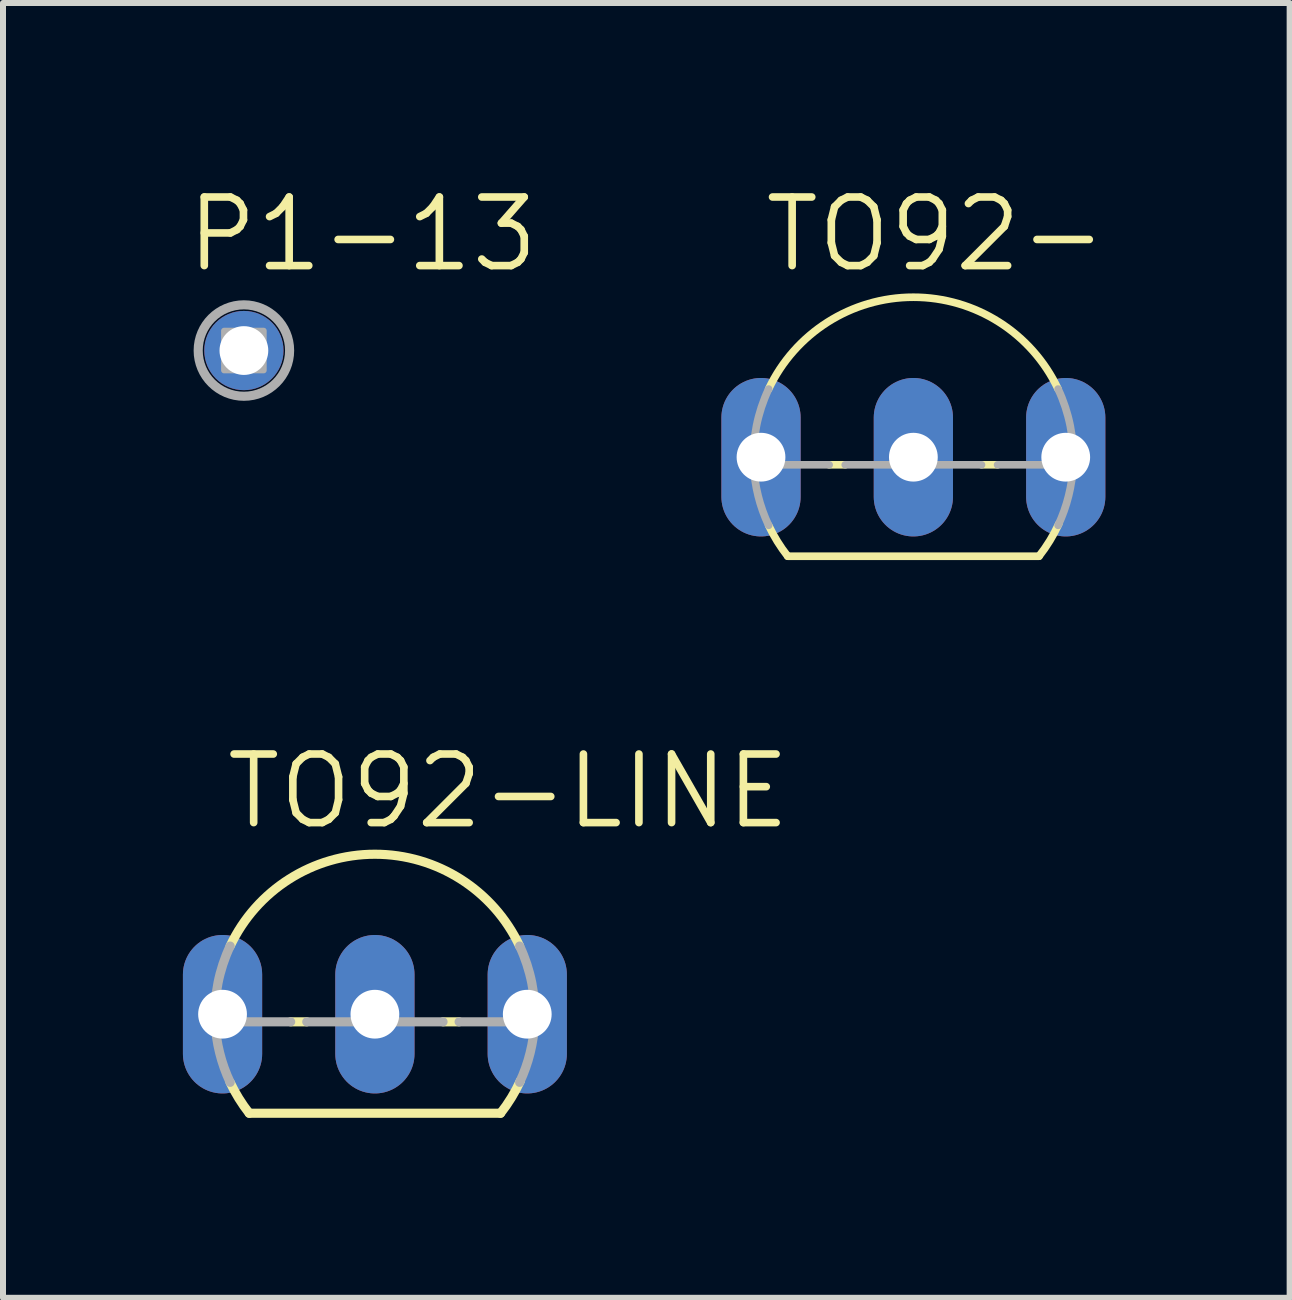
<source format=kicad_pcb>
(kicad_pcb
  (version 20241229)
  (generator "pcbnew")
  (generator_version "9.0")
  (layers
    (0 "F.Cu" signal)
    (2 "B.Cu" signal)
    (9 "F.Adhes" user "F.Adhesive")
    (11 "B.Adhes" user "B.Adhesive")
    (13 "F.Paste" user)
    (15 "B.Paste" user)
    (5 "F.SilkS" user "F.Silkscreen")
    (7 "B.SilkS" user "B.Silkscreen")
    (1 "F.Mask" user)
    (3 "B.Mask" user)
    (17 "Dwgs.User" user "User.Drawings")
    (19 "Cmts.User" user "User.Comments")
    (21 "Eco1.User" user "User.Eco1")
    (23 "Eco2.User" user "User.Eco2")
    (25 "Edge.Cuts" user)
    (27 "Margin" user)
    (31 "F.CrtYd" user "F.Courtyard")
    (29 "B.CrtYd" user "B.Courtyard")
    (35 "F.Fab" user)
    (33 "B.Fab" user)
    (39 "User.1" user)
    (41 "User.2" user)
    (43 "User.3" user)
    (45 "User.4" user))
  (footprint "TO92-LINE"
    (layer "F.Cu")
    (at 3.2 13.858)
    (property "Reference" "TO92-LINE" (at -2.54 -3.048 0) (layer "F.SilkS") (effects (font (size 1.143 1.143) (thickness 0.127)) (justify left bottom)))
    (fp_line (start -2.095 1.651) (end 2.095 1.651) (stroke (width 0.152) (type solid)) (layer "F.SilkS"))
    (fp_line (start -1.136 0.127) (end -1.404 0.127) (stroke (width 0.152) (type solid)) (layer "F.SilkS"))
    (fp_line (start 1.404 0.127) (end 1.136 0.127) (stroke (width 0.152) (type solid)) (layer "F.SilkS"))
    (fp_arc (start -2.413 -1.1359) (mid -0.000001 -2.666986) (end 2.412999 -1.135901) (stroke (width 0.1524) (type solid)) (layer "F.SilkS"))
    (fp_arc (start -2.095 1.651) (mid -2.268918 1.40252) (end -2.4135 1.1359) (stroke (width 0.1524) (type solid)) (layer "F.SilkS"))
    (fp_arc (start 2.4247 1.1118) (mid 2.275878 1.391201) (end 2.095 1.651) (stroke (width 0.1524) (type solid)) (layer "F.SilkS"))
    (fp_line (start -1.404 0.127) (end -2.664 0.127) (stroke (width 0.152) (type solid)) (layer "F.Fab"))
    (fp_line (start 1.136 0.127) (end -1.136 0.127) (stroke (width 0.152) (type solid)) (layer "F.Fab"))
    (fp_line (start 2.664 0.127) (end 1.404 0.127) (stroke (width 0.152) (type solid)) (layer "F.Fab"))
    (fp_arc (start -2.664 0.127) (mid -2.615858 -0.519825) (end -2.413 -1.1359) (stroke (width 0.1524) (type solid)) (layer "F.Fab"))
    (fp_arc (start -2.413 1.1359) (mid -2.588137 0.643799) (end -2.664 0.127) (stroke (width 0.1524) (type solid)) (layer "F.Fab"))
    (fp_arc (start 2.413 -1.1359) (mid 2.615858 -0.519825) (end 2.664 0.127) (stroke (width 0.1524) (type solid)) (layer "F.Fab"))
    (fp_arc (start 2.664 0.127) (mid 2.588137 0.643799) (end 2.413 1.1359) (stroke (width 0.1524) (type solid)) (layer "F.Fab"))
    (pad "1" thru_hole oval (at 2.54 0 90) (size 2.642 1.321) (drill 0.813) (layers "*.Cu" "*.Mask"))
    (pad "2" thru_hole oval (at 0 0 90) (size 2.642 1.321) (drill 0.813) (layers "*.Cu" "*.Mask"))
    (pad "3" thru_hole oval (at -2.54 0 90) (size 2.642 1.321) (drill 0.813) (layers "*.Cu" "*.Mask")))
  (footprint "TO92-"
    (layer "F.Cu")
    (at 12.177 4.572)
    (property "Reference" "TO92-" (at -2.54 -3.048 0) (layer "F.SilkS") (effects (font (size 1.143 1.143) (thickness 0.127)) (justify left bottom)))
    (fp_line (start -2.095 1.651) (end 2.095 1.651) (stroke (width 0.127) (type solid)) (layer "F.SilkS"))
    (fp_line (start -1.136 0.127) (end -1.404 0.127) (stroke (width 0.127) (type solid)) (layer "F.SilkS"))
    (fp_line (start 1.404 0.127) (end 1.136 0.127) (stroke (width 0.127) (type solid)) (layer "F.SilkS"))
    (fp_arc (start -2.413 -1.1359) (mid -0.000001 -2.666986) (end 2.412999 -1.135901) (stroke (width 0.127) (type solid)) (layer "F.SilkS"))
    (fp_arc (start -2.0945 1.651) (mid -2.268418 1.40252) (end -2.413 1.1359) (stroke (width 0.127) (type solid)) (layer "F.SilkS"))
    (fp_arc (start 2.4242 1.1118) (mid 2.275378 1.391201) (end 2.0945 1.651) (stroke (width 0.127) (type solid)) (layer "F.SilkS"))
    (fp_line (start -1.404 0.127) (end -2.664 0.127) (stroke (width 0.127) (type solid)) (layer "F.Fab"))
    (fp_line (start 1.136 0.127) (end -1.136 0.127) (stroke (width 0.127) (type solid)) (layer "F.Fab"))
    (fp_line (start 2.664 0.127) (end 1.404 0.127) (stroke (width 0.127) (type solid)) (layer "F.Fab"))
    (fp_arc (start -2.664 0.127) (mid -2.615858 -0.519825) (end -2.413 -1.1359) (stroke (width 0.127) (type solid)) (layer "F.Fab"))
    (fp_arc (start -2.413 1.1359) (mid -2.588137 0.643799) (end -2.664 0.127) (stroke (width 0.127) (type solid)) (layer "F.Fab"))
    (fp_arc (start 2.413 -1.1359) (mid 2.615858 -0.519825) (end 2.664 0.127) (stroke (width 0.127) (type solid)) (layer "F.Fab"))
    (fp_arc (start 2.664 0.127) (mid 2.588137 0.643799) (end 2.413 1.1359) (stroke (width 0.127) (type solid)) (layer "F.Fab"))
    (pad "1" thru_hole oval (at 2.54 0 90) (size 2.642 1.321) (drill 0.813) (layers "*.Cu" "*.Mask"))
    (pad "2" thru_hole oval (at 0 0 90) (size 2.642 1.321) (drill 0.813) (layers "*.Cu" "*.Mask"))
    (pad "3" thru_hole oval (at -2.54 0 90) (size 2.642 1.321) (drill 0.813) (layers "*.Cu" "*.Mask")))
  (footprint "P1-13"
    (layer "F.Cu")
    (at 1.016 2.794)
    (property "Reference" "P1-13" (at -1.016 -1.27 0) (layer "F.SilkS") (effects (font (size 1.143 1.143) (thickness 0.127)) (justify left bottom)))
    (fp_circle (center 0 0) (end 0.762 0) (stroke (width 0.152) (type solid)) (fill no) (layer "F.Fab"))
    (fp_poly (pts (xy -0.33 0.33) (xy 0.33 0.33) (xy 0.33 -0.33) (xy -0.33 -0.33)) (stroke (width 0.1) (type default)) (fill no) (layer "F.Fab"))
    (pad "1" thru_hole circle (at 0 0) (size 1.321 1.321) (drill 0.813) (layers "*.Cu" "*.Mask")))
  (gr_rect
    (start -3 -3)
    (end 18.45 18.586)
    (stroke (width 0.1) (type default))
    (fill no)
    (layer "Edge.Cuts")))
</source>
